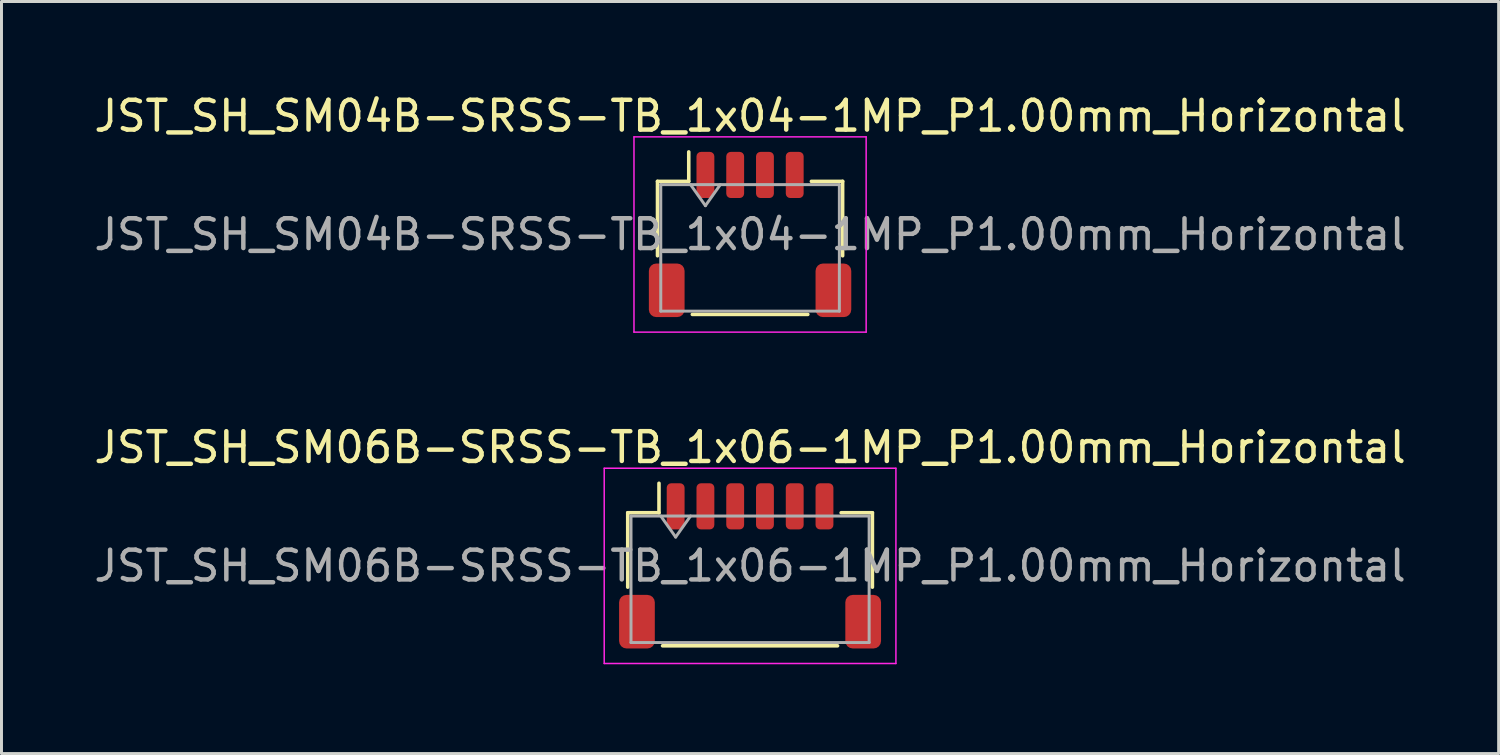
<source format=kicad_pcb>
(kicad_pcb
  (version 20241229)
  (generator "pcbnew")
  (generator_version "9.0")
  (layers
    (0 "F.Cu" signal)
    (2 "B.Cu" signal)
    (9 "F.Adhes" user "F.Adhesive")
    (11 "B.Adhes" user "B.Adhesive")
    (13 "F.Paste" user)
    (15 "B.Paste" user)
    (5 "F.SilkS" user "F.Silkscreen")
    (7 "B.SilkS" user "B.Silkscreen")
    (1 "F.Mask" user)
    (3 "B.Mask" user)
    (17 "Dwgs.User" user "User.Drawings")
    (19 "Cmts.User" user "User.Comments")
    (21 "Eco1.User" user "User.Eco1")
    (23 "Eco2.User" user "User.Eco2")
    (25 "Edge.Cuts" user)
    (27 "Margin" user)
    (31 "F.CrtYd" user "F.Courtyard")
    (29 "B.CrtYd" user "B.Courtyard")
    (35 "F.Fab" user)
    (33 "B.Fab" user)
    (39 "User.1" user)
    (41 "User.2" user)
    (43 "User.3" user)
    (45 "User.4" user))
  (footprint "JST_SH_SM06B-SRSS-TB_1x06-1MP_P1.00mm_Horizontal"
    (layer "F.Cu")
    (at 22.149 15.961)
    (property "Reference" "JST_SH_SM06B-SRSS-TB_1x06-1MP_P1.00mm_Horizontal" (at 0 -3.98 0) (layer "F.SilkS") (effects (font (size 1 1) (thickness 0.15))))
    (attr smd)
    (fp_line (start -4.11 -1.785) (end -3.06 -1.785) (stroke (width 0.12) (type solid)) (layer "F.SilkS"))
    (fp_line (start -4.11 0.715) (end -4.11 -1.785) (stroke (width 0.12) (type solid)) (layer "F.SilkS"))
    (fp_line (start -3.06 -1.785) (end -3.06 -2.775) (stroke (width 0.12) (type solid)) (layer "F.SilkS"))
    (fp_line (start -2.94 2.685) (end 2.94 2.685) (stroke (width 0.12) (type solid)) (layer "F.SilkS"))
    (fp_line (start 4.11 -1.785) (end 3.06 -1.785) (stroke (width 0.12) (type solid)) (layer "F.SilkS"))
    (fp_line (start 4.11 0.715) (end 4.11 -1.785) (stroke (width 0.12) (type solid)) (layer "F.SilkS"))
    (fp_line (start -4.9 -3.28) (end -4.9 3.28) (stroke (width 0.05) (type solid)) (layer "F.CrtYd"))
    (fp_line (start -4.9 3.28) (end 4.9 3.28) (stroke (width 0.05) (type solid)) (layer "F.CrtYd"))
    (fp_line (start 4.9 -3.28) (end -4.9 -3.28) (stroke (width 0.05) (type solid)) (layer "F.CrtYd"))
    (fp_line (start 4.9 3.28) (end 4.9 -3.28) (stroke (width 0.05) (type solid)) (layer "F.CrtYd"))
    (fp_line (start -4 -1.675) (end -4 2.575) (stroke (width 0.1) (type solid)) (layer "F.Fab"))
    (fp_line (start -4 -1.675) (end 4 -1.675) (stroke (width 0.1) (type solid)) (layer "F.Fab"))
    (fp_line (start -4 2.575) (end 4 2.575) (stroke (width 0.1) (type solid)) (layer "F.Fab"))
    (fp_line (start -3 -1.675) (end -2.5 -0.968) (stroke (width 0.1) (type solid)) (layer "F.Fab"))
    (fp_line (start -2.5 -0.968) (end -2 -1.675) (stroke (width 0.1) (type solid)) (layer "F.Fab"))
    (fp_line (start 4 -1.675) (end 4 2.575) (stroke (width 0.1) (type solid)) (layer "F.Fab"))
    (fp_text user "${REFERENCE}" (at 0 0 0) (layer "F.Fab") (effects (font (size 1 1) (thickness 0.15))))
    (pad "1" smd roundrect (at -2.5 -2) (size 0.6 1.55) (layers "F.Cu" "F.Mask" "F.Paste") (roundrect_rratio 0.25))
    (pad "2" smd roundrect (at -1.5 -2) (size 0.6 1.55) (layers "F.Cu" "F.Mask" "F.Paste") (roundrect_rratio 0.25))
    (pad "3" smd roundrect (at -0.5 -2) (size 0.6 1.55) (layers "F.Cu" "F.Mask" "F.Paste") (roundrect_rratio 0.25))
    (pad "4" smd roundrect (at 0.5 -2) (size 0.6 1.55) (layers "F.Cu" "F.Mask" "F.Paste") (roundrect_rratio 0.25))
    (pad "5" smd roundrect (at 1.5 -2) (size 0.6 1.55) (layers "F.Cu" "F.Mask" "F.Paste") (roundrect_rratio 0.25))
    (pad "6" smd roundrect (at 2.5 -2) (size 0.6 1.55) (layers "F.Cu" "F.Mask" "F.Paste") (roundrect_rratio 0.25))
    (pad "MP" smd roundrect (at -3.8 1.875) (size 1.2 1.8) (layers "F.Cu" "F.Mask" "F.Paste") (roundrect_rratio 0.208))
    (pad "MP" smd roundrect (at 3.8 1.875) (size 1.2 1.8) (layers "F.Cu" "F.Mask" "F.Paste") (roundrect_rratio 0.208)))
  (footprint "JST_SH_SM04B-SRSS-TB_1x04-1MP_P1.00mm_Horizontal"
    (layer "F.Cu")
    (at 22.149 4.828)
    (property "Reference" "JST_SH_SM04B-SRSS-TB_1x04-1MP_P1.00mm_Horizontal" (at 0 -3.98 0) (layer "F.SilkS") (effects (font (size 1 1) (thickness 0.15))))
    (attr smd)
    (fp_line (start -3.11 -1.785) (end -2.06 -1.785) (stroke (width 0.12) (type solid)) (layer "F.SilkS"))
    (fp_line (start -3.11 0.715) (end -3.11 -1.785) (stroke (width 0.12) (type solid)) (layer "F.SilkS"))
    (fp_line (start -2.06 -1.785) (end -2.06 -2.775) (stroke (width 0.12) (type solid)) (layer "F.SilkS"))
    (fp_line (start -1.94 2.685) (end 1.94 2.685) (stroke (width 0.12) (type solid)) (layer "F.SilkS"))
    (fp_line (start 3.11 -1.785) (end 2.06 -1.785) (stroke (width 0.12) (type solid)) (layer "F.SilkS"))
    (fp_line (start 3.11 0.715) (end 3.11 -1.785) (stroke (width 0.12) (type solid)) (layer "F.SilkS"))
    (fp_line (start -3.9 -3.28) (end -3.9 3.28) (stroke (width 0.05) (type solid)) (layer "F.CrtYd"))
    (fp_line (start -3.9 3.28) (end 3.9 3.28) (stroke (width 0.05) (type solid)) (layer "F.CrtYd"))
    (fp_line (start 3.9 -3.28) (end -3.9 -3.28) (stroke (width 0.05) (type solid)) (layer "F.CrtYd"))
    (fp_line (start 3.9 3.28) (end 3.9 -3.28) (stroke (width 0.05) (type solid)) (layer "F.CrtYd"))
    (fp_line (start -3 -1.675) (end -3 2.575) (stroke (width 0.1) (type solid)) (layer "F.Fab"))
    (fp_line (start -3 -1.675) (end 3 -1.675) (stroke (width 0.1) (type solid)) (layer "F.Fab"))
    (fp_line (start -3 2.575) (end 3 2.575) (stroke (width 0.1) (type solid)) (layer "F.Fab"))
    (fp_line (start -2 -1.675) (end -1.5 -0.968) (stroke (width 0.1) (type solid)) (layer "F.Fab"))
    (fp_line (start -1.5 -0.968) (end -1 -1.675) (stroke (width 0.1) (type solid)) (layer "F.Fab"))
    (fp_line (start 3 -1.675) (end 3 2.575) (stroke (width 0.1) (type solid)) (layer "F.Fab"))
    (fp_text user "${REFERENCE}" (at 0 0 0) (layer "F.Fab") (effects (font (size 1 1) (thickness 0.15))))
    (pad "1" smd roundrect (at -1.5 -2) (size 0.6 1.55) (layers "F.Cu" "F.Mask" "F.Paste") (roundrect_rratio 0.25))
    (pad "2" smd roundrect (at -0.5 -2) (size 0.6 1.55) (layers "F.Cu" "F.Mask" "F.Paste") (roundrect_rratio 0.25))
    (pad "3" smd roundrect (at 0.5 -2) (size 0.6 1.55) (layers "F.Cu" "F.Mask" "F.Paste") (roundrect_rratio 0.25))
    (pad "4" smd roundrect (at 1.5 -2) (size 0.6 1.55) (layers "F.Cu" "F.Mask" "F.Paste") (roundrect_rratio 0.25))
    (pad "MP" smd roundrect (at -2.8 1.875) (size 1.2 1.8) (layers "F.Cu" "F.Mask" "F.Paste") (roundrect_rratio 0.208))
    (pad "MP" smd roundrect (at 2.8 1.875) (size 1.2 1.8) (layers "F.Cu" "F.Mask" "F.Paste") (roundrect_rratio 0.208)))
  (gr_rect
    (start -3 -3)
    (end 47.298 22.267)
    (stroke (width 0.1) (type default))
    (fill no)
    (layer "Edge.Cuts")))
</source>
